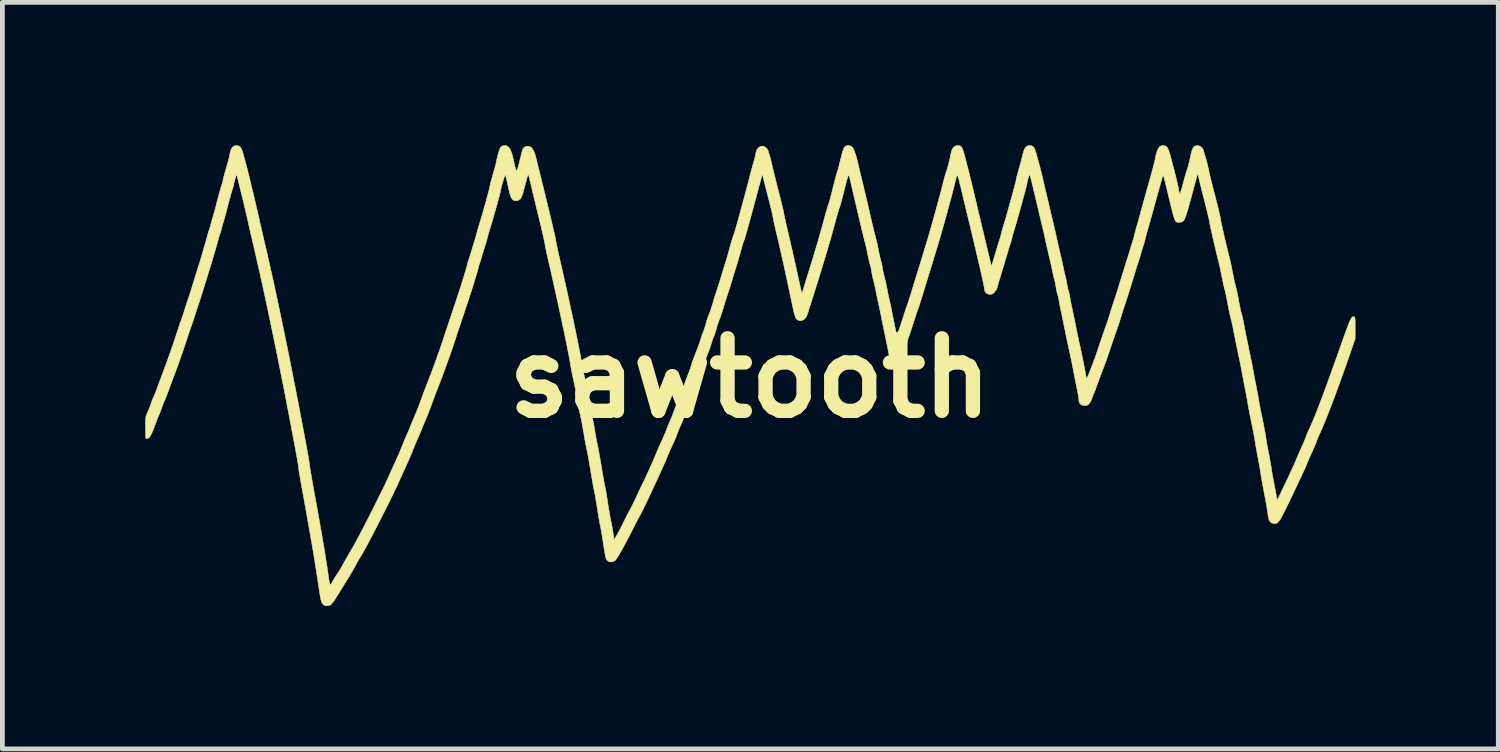
<source format=kicad_pcb>
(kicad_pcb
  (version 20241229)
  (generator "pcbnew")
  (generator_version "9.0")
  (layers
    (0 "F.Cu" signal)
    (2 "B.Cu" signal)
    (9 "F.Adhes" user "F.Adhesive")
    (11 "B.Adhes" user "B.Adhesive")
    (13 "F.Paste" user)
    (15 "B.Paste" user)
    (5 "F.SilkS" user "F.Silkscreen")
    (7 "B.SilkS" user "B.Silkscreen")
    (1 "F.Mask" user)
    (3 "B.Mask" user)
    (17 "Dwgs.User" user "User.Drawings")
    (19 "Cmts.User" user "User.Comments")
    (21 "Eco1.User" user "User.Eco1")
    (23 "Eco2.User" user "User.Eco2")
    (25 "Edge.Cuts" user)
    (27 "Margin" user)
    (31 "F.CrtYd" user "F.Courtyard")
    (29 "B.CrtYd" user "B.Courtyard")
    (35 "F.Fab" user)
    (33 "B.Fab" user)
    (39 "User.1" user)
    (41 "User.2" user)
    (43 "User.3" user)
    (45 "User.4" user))
  (footprint "sawtooth"
    (layer "F.Cu")
    (at 12.698 4.887)
    (property "Reference" "sawtooth" (at 0 0 0) (layer "F.SilkS") (effects (font (size 1.524 1.524) (thickness 0.3))))
    (attr through_hole)
    (fp_poly (pts (xy 9.449 -4.869) (xy 9.494 -4.832) (xy 9.523 -4.777) (xy 9.531 -4.747) (xy 9.541 -4.704) (xy 9.553 -4.668) (xy 9.556 -4.663) (xy 9.564 -4.638) (xy 9.578 -4.591) (xy 9.594 -4.529) (xy 9.611 -4.455) (xy 9.629 -4.378) (xy 9.645 -4.301) (xy 9.65 -4.281) (xy 9.656 -4.253) (xy 9.668 -4.201) (xy 9.686 -4.131) (xy 9.708 -4.044) (xy 9.733 -3.946) (xy 9.76 -3.841) (xy 9.769 -3.806) (xy 9.796 -3.7) (xy 9.821 -3.602) (xy 9.842 -3.515) (xy 9.859 -3.443) (xy 9.871 -3.39) (xy 9.877 -3.359) (xy 9.877 -3.354) (xy 9.88 -3.333) (xy 9.889 -3.288) (xy 9.902 -3.225) (xy 9.92 -3.147) (xy 9.939 -3.059) (xy 9.961 -2.964) (xy 9.983 -2.869) (xy 10.005 -2.776) (xy 10.026 -2.69) (xy 10.044 -2.615) (xy 10.059 -2.556) (xy 10.067 -2.526) (xy 10.077 -2.487) (xy 10.09 -2.428) (xy 10.106 -2.354) (xy 10.122 -2.272) (xy 10.131 -2.229) (xy 10.147 -2.147) (xy 10.163 -2.069) (xy 10.178 -2.003) (xy 10.19 -1.955) (xy 10.195 -1.939) (xy 10.204 -1.903) (xy 10.217 -1.846) (xy 10.233 -1.774) (xy 10.249 -1.692) (xy 10.259 -1.634) (xy 10.275 -1.551) (xy 10.291 -1.473) (xy 10.305 -1.406) (xy 10.317 -1.358) (xy 10.323 -1.337) (xy 10.333 -1.303) (xy 10.346 -1.247) (xy 10.361 -1.178) (xy 10.376 -1.1) (xy 10.381 -1.075) (xy 10.396 -0.993) (xy 10.416 -0.892) (xy 10.439 -0.782) (xy 10.462 -0.671) (xy 10.479 -0.587) (xy 10.499 -0.494) (xy 10.518 -0.403) (xy 10.535 -0.321) (xy 10.548 -0.253) (xy 10.556 -0.207) (xy 10.557 -0.205) (xy 10.565 -0.157) (xy 10.578 -0.088) (xy 10.593 -0.006) (xy 10.61 0.081) (xy 10.62 0.127) (xy 10.636 0.211) (xy 10.651 0.291) (xy 10.664 0.36) (xy 10.673 0.411) (xy 10.676 0.432) (xy 10.681 0.466) (xy 10.692 0.522) (xy 10.706 0.597) (xy 10.723 0.685) (xy 10.743 0.78) (xy 10.754 0.835) (xy 10.774 0.934) (xy 10.793 1.028) (xy 10.809 1.114) (xy 10.822 1.184) (xy 10.83 1.235) (xy 10.832 1.252) (xy 10.839 1.296) (xy 10.849 1.36) (xy 10.863 1.437) (xy 10.879 1.522) (xy 10.889 1.571) (xy 10.905 1.655) (xy 10.92 1.736) (xy 10.933 1.807) (xy 10.942 1.861) (xy 10.945 1.882) (xy 10.95 1.919) (xy 10.96 1.979) (xy 10.974 2.055) (xy 10.99 2.143) (xy 11.007 2.237) (xy 11.012 2.263) (xy 11.07 2.567) (xy 11.145 2.412) (xy 11.202 2.292) (xy 11.258 2.175) (xy 11.31 2.065) (xy 11.357 1.964) (xy 11.398 1.875) (xy 11.431 1.802) (xy 11.455 1.748) (xy 11.467 1.717) (xy 11.48 1.685) (xy 11.502 1.634) (xy 11.53 1.569) (xy 11.563 1.495) (xy 11.58 1.457) (xy 11.612 1.385) (xy 11.639 1.323) (xy 11.66 1.273) (xy 11.672 1.242) (xy 11.674 1.233) (xy 11.68 1.214) (xy 11.695 1.176) (xy 11.718 1.124) (xy 11.739 1.079) (xy 11.777 0.995) (xy 11.818 0.901) (xy 11.863 0.792) (xy 11.912 0.669) (xy 11.966 0.529) (xy 12.026 0.371) (xy 12.091 0.193) (xy 12.164 -0.007) (xy 12.244 -0.23) (xy 12.333 -0.478) (xy 12.346 -0.516) (xy 12.404 -0.679) (xy 12.453 -0.817) (xy 12.495 -0.933) (xy 12.529 -1.027) (xy 12.558 -1.104) (xy 12.581 -1.163) (xy 12.601 -1.208) (xy 12.617 -1.241) (xy 12.63 -1.263) (xy 12.643 -1.277) (xy 12.654 -1.284) (xy 12.666 -1.287) (xy 12.679 -1.288) (xy 12.681 -1.288) (xy 12.691 -1.286) (xy 12.698 -1.278) (xy 12.702 -1.26) (xy 12.705 -1.227) (xy 12.707 -1.176) (xy 12.707 -1.103) (xy 12.707 -1.056) (xy 12.707 -0.824) (xy 12.595 -0.5) (xy 12.51 -0.254) (xy 12.426 -0.019) (xy 12.345 0.203) (xy 12.269 0.411) (xy 12.196 0.602) (xy 12.129 0.775) (xy 12.068 0.927) (xy 12.014 1.055) (xy 11.967 1.159) (xy 11.965 1.164) (xy 11.939 1.222) (xy 11.917 1.271) (xy 11.904 1.306) (xy 11.901 1.318) (xy 11.895 1.336) (xy 11.879 1.376) (xy 11.856 1.431) (xy 11.827 1.497) (xy 11.807 1.541) (xy 11.773 1.616) (xy 11.742 1.686) (xy 11.717 1.746) (xy 11.699 1.788) (xy 11.694 1.802) (xy 11.682 1.832) (xy 11.66 1.882) (xy 11.63 1.948) (xy 11.595 2.023) (xy 11.56 2.099) (xy 11.475 2.278) (xy 11.401 2.434) (xy 11.338 2.567) (xy 11.283 2.679) (xy 11.237 2.773) (xy 11.198 2.85) (xy 11.165 2.912) (xy 11.138 2.96) (xy 11.114 2.995) (xy 11.094 3.021) (xy 11.077 3.038) (xy 11.06 3.049) (xy 11.044 3.054) (xy 11.027 3.056) (xy 11.009 3.056) (xy 10.958 3.047) (xy 10.919 3.017) (xy 10.893 2.965) (xy 10.878 2.888) (xy 10.876 2.87) (xy 10.87 2.826) (xy 10.86 2.759) (xy 10.846 2.676) (xy 10.829 2.582) (xy 10.81 2.483) (xy 10.802 2.441) (xy 10.783 2.341) (xy 10.765 2.244) (xy 10.749 2.155) (xy 10.736 2.08) (xy 10.727 2.025) (xy 10.725 2.009) (xy 10.717 1.959) (xy 10.705 1.889) (xy 10.691 1.805) (xy 10.674 1.715) (xy 10.663 1.656) (xy 10.646 1.569) (xy 10.631 1.486) (xy 10.618 1.413) (xy 10.609 1.357) (xy 10.605 1.33) (xy 10.6 1.294) (xy 10.589 1.235) (xy 10.575 1.159) (xy 10.558 1.07) (xy 10.538 0.974) (xy 10.527 0.92) (xy 10.507 0.822) (xy 10.489 0.729) (xy 10.473 0.647) (xy 10.46 0.58) (xy 10.452 0.532) (xy 10.449 0.516) (xy 10.443 0.478) (xy 10.433 0.419) (xy 10.419 0.345) (xy 10.403 0.263) (xy 10.393 0.212) (xy 10.376 0.126) (xy 10.36 0.04) (xy 10.345 -0.037) (xy 10.334 -0.097) (xy 10.33 -0.12) (xy 10.322 -0.165) (xy 10.309 -0.232) (xy 10.293 -0.314) (xy 10.274 -0.404) (xy 10.254 -0.498) (xy 10.253 -0.502) (xy 10.231 -0.606) (xy 10.208 -0.717) (xy 10.186 -0.826) (xy 10.167 -0.925) (xy 10.154 -0.991) (xy 10.139 -1.069) (xy 10.124 -1.141) (xy 10.11 -1.202) (xy 10.099 -1.244) (xy 10.097 -1.252) (xy 10.087 -1.285) (xy 10.075 -1.34) (xy 10.06 -1.41) (xy 10.044 -1.491) (xy 10.033 -1.549) (xy 10.017 -1.634) (xy 10.001 -1.713) (xy 9.987 -1.781) (xy 9.975 -1.832) (xy 9.969 -1.854) (xy 9.959 -1.89) (xy 9.945 -1.947) (xy 9.93 -2.019) (xy 9.913 -2.099) (xy 9.904 -2.144) (xy 9.888 -2.227) (xy 9.872 -2.305) (xy 9.857 -2.373) (xy 9.845 -2.424) (xy 9.841 -2.441) (xy 9.829 -2.486) (xy 9.812 -2.55) (xy 9.793 -2.629) (xy 9.772 -2.717) (xy 9.75 -2.812) (xy 9.728 -2.907) (xy 9.707 -3) (xy 9.688 -3.086) (xy 9.672 -3.16) (xy 9.659 -3.219) (xy 9.652 -3.257) (xy 9.651 -3.269) (xy 9.647 -3.291) (xy 9.637 -3.336) (xy 9.622 -3.402) (xy 9.602 -3.483) (xy 9.579 -3.578) (xy 9.553 -3.681) (xy 9.543 -3.721) (xy 9.515 -3.828) (xy 9.489 -3.929) (xy 9.467 -4.02) (xy 9.448 -4.097) (xy 9.434 -4.156) (xy 9.426 -4.193) (xy 9.425 -4.199) (xy 9.414 -4.246) (xy 9.404 -4.269) (xy 9.394 -4.266) (xy 9.39 -4.258) (xy 9.385 -4.24) (xy 9.374 -4.198) (xy 9.357 -4.135) (xy 9.335 -4.056) (xy 9.31 -3.963) (xy 9.282 -3.859) (xy 9.266 -3.799) (xy 9.229 -3.665) (xy 9.199 -3.555) (xy 9.172 -3.467) (xy 9.149 -3.399) (xy 9.129 -3.349) (xy 9.109 -3.313) (xy 9.089 -3.29) (xy 9.067 -3.277) (xy 9.043 -3.27) (xy 9.015 -3.269) (xy 8.995 -3.269) (xy 8.978 -3.269) (xy 8.962 -3.273) (xy 8.949 -3.281) (xy 8.935 -3.297) (xy 8.922 -3.322) (xy 8.908 -3.358) (xy 8.892 -3.407) (xy 8.874 -3.472) (xy 8.853 -3.554) (xy 8.828 -3.655) (xy 8.798 -3.779) (xy 8.763 -3.925) (xy 8.727 -4.078) (xy 8.71 -4.145) (xy 8.695 -4.2) (xy 8.682 -4.238) (xy 8.674 -4.255) (xy 8.672 -4.254) (xy 8.669 -4.246) (xy 8.663 -4.229) (xy 8.654 -4.202) (xy 8.643 -4.161) (xy 8.627 -4.106) (xy 8.607 -4.034) (xy 8.582 -3.944) (xy 8.551 -3.833) (xy 8.514 -3.699) (xy 8.47 -3.541) (xy 8.454 -3.481) (xy 8.428 -3.388) (xy 8.403 -3.298) (xy 8.38 -3.217) (xy 8.361 -3.15) (xy 8.348 -3.104) (xy 8.346 -3.099) (xy 8.328 -3.034) (xy 8.309 -2.963) (xy 8.299 -2.921) (xy 8.286 -2.869) (xy 8.274 -2.823) (xy 8.266 -2.8) (xy 8.255 -2.768) (xy 8.24 -2.721) (xy 8.229 -2.682) (xy 8.198 -2.578) (xy 8.174 -2.497) (xy 8.154 -2.437) (xy 8.144 -2.406) (xy 8.13 -2.364) (xy 8.113 -2.31) (xy 8.101 -2.271) (xy 8.085 -2.216) (xy 8.064 -2.147) (xy 8.042 -2.078) (xy 8.038 -2.066) (xy 8.017 -1.998) (xy 7.995 -1.928) (xy 7.978 -1.87) (xy 7.975 -1.861) (xy 7.962 -1.817) (xy 7.942 -1.753) (xy 7.917 -1.678) (xy 7.891 -1.597) (xy 7.88 -1.564) (xy 7.853 -1.482) (xy 7.826 -1.4) (xy 7.803 -1.328) (xy 7.786 -1.271) (xy 7.781 -1.255) (xy 7.765 -1.2) (xy 7.742 -1.129) (xy 7.716 -1.053) (xy 7.7 -1.007) (xy 7.666 -0.912) (xy 7.63 -0.808) (xy 7.589 -0.688) (xy 7.542 -0.55) (xy 7.507 -0.446) (xy 7.489 -0.393) (xy 7.463 -0.322) (xy 7.432 -0.239) (xy 7.399 -0.152) (xy 7.379 -0.099) (xy 7.349 -0.019) (xy 7.32 0.057) (xy 7.297 0.121) (xy 7.279 0.169) (xy 7.272 0.191) (xy 7.257 0.235) (xy 7.235 0.291) (xy 7.217 0.333) (xy 7.195 0.383) (xy 7.178 0.429) (xy 7.169 0.455) (xy 7.154 0.491) (xy 7.128 0.531) (xy 7.123 0.537) (xy 7.093 0.566) (xy 7.059 0.578) (xy 7.027 0.58) (xy 6.968 0.569) (xy 6.927 0.538) (xy 6.907 0.489) (xy 6.906 0.466) (xy 6.903 0.428) (xy 6.895 0.374) (xy 6.884 0.315) (xy 6.884 0.311) (xy 6.866 0.224) (xy 6.846 0.128) (xy 6.824 0.017) (xy 6.799 -0.113) (xy 6.777 -0.227) (xy 6.758 -0.318) (xy 6.743 -0.395) (xy 6.729 -0.463) (xy 6.715 -0.528) (xy 6.7 -0.594) (xy 6.683 -0.672) (xy 6.665 -0.754) (xy 6.65 -0.828) (xy 6.644 -0.856) (xy 6.629 -0.929) (xy 6.613 -1.009) (xy 6.599 -1.075) (xy 6.585 -1.144) (xy 6.57 -1.218) (xy 6.559 -1.274) (xy 6.545 -1.339) (xy 6.529 -1.413) (xy 6.518 -1.465) (xy 6.505 -1.527) (xy 6.494 -1.591) (xy 6.487 -1.634) (xy 6.477 -1.688) (xy 6.464 -1.739) (xy 6.459 -1.755) (xy 6.447 -1.794) (xy 6.435 -1.849) (xy 6.425 -1.909) (xy 6.424 -1.91) (xy 6.414 -1.969) (xy 6.404 -2.021) (xy 6.394 -2.058) (xy 6.394 -2.059) (xy 6.384 -2.092) (xy 6.372 -2.144) (xy 6.359 -2.205) (xy 6.354 -2.229) (xy 6.339 -2.3) (xy 6.323 -2.374) (xy 6.309 -2.437) (xy 6.307 -2.448) (xy 6.282 -2.549) (xy 6.264 -2.628) (xy 6.249 -2.69) (xy 6.237 -2.742) (xy 6.227 -2.788) (xy 6.217 -2.835) (xy 6.212 -2.858) (xy 6.197 -2.93) (xy 6.18 -3.007) (xy 6.164 -3.073) (xy 6.163 -3.078) (xy 6.151 -3.129) (xy 6.133 -3.203) (xy 6.111 -3.296) (xy 6.086 -3.401) (xy 6.059 -3.516) (xy 6.031 -3.634) (xy 6.003 -3.751) (xy 5.976 -3.863) (xy 5.952 -3.965) (xy 5.932 -4.052) (xy 5.925 -4.079) (xy 5.908 -4.148) (xy 5.893 -4.207) (xy 5.881 -4.25) (xy 5.874 -4.271) (xy 5.872 -4.273) (xy 5.865 -4.261) (xy 5.853 -4.23) (xy 5.84 -4.187) (xy 5.828 -4.143) (xy 5.819 -4.105) (xy 5.816 -4.082) (xy 5.812 -4.062) (xy 5.802 -4.018) (xy 5.785 -3.955) (xy 5.764 -3.875) (xy 5.739 -3.784) (xy 5.712 -3.683) (xy 5.683 -3.578) (xy 5.653 -3.472) (xy 5.623 -3.368) (xy 5.596 -3.27) (xy 5.57 -3.183) (xy 5.548 -3.109) (xy 5.531 -3.052) (xy 5.525 -3.035) (xy 5.511 -2.985) (xy 5.499 -2.935) (xy 5.498 -2.929) (xy 5.486 -2.88) (xy 5.47 -2.83) (xy 5.47 -2.83) (xy 5.455 -2.787) (xy 5.438 -2.733) (xy 5.429 -2.703) (xy 5.392 -2.576) (xy 5.354 -2.449) (xy 5.312 -2.31) (xy 5.302 -2.278) (xy 5.272 -2.178) (xy 5.243 -2.08) (xy 5.217 -1.993) (xy 5.196 -1.921) (xy 5.186 -1.885) (xy 5.171 -1.854) (xy 5.144 -1.816) (xy 5.134 -1.803) (xy 5.1 -1.771) (xy 5.066 -1.757) (xy 5.039 -1.755) (xy 4.989 -1.765) (xy 4.949 -1.793) (xy 4.927 -1.832) (xy 4.924 -1.85) (xy 4.921 -1.879) (xy 4.912 -1.932) (xy 4.896 -2.011) (xy 4.873 -2.116) (xy 4.844 -2.246) (xy 4.808 -2.402) (xy 4.765 -2.584) (xy 4.716 -2.793) (xy 4.66 -3.029) (xy 4.597 -3.292) (xy 4.584 -3.347) (xy 4.554 -3.469) (xy 4.524 -3.594) (xy 4.495 -3.714) (xy 4.469 -3.826) (xy 4.445 -3.923) (xy 4.427 -4.001) (xy 4.421 -4.026) (xy 4.402 -4.1) (xy 4.386 -4.165) (xy 4.371 -4.214) (xy 4.361 -4.244) (xy 4.358 -4.25) (xy 4.353 -4.254) (xy 4.348 -4.251) (xy 4.342 -4.238) (xy 4.334 -4.213) (xy 4.322 -4.171) (xy 4.306 -4.108) (xy 4.285 -4.023) (xy 4.28 -4.005) (xy 4.258 -3.918) (xy 4.23 -3.811) (xy 4.197 -3.689) (xy 4.161 -3.557) (xy 4.124 -3.42) (xy 4.086 -3.284) (xy 4.049 -3.152) (xy 4.015 -3.032) (xy 3.984 -2.927) (xy 3.959 -2.842) (xy 3.954 -2.823) (xy 3.927 -2.735) (xy 3.899 -2.643) (xy 3.872 -2.556) (xy 3.851 -2.484) (xy 3.846 -2.469) (xy 3.824 -2.394) (xy 3.799 -2.314) (xy 3.777 -2.242) (xy 3.769 -2.218) (xy 3.745 -2.14) (xy 3.719 -2.055) (xy 3.689 -1.959) (xy 3.654 -1.845) (xy 3.616 -1.719) (xy 3.593 -1.646) (xy 3.571 -1.576) (xy 3.552 -1.516) (xy 3.539 -1.479) (xy 3.51 -1.398) (xy 3.476 -1.297) (xy 3.438 -1.18) (xy 3.425 -1.139) (xy 3.409 -1.09) (xy 3.386 -1.02) (xy 3.356 -0.932) (xy 3.322 -0.833) (xy 3.285 -0.725) (xy 3.246 -0.616) (xy 3.215 -0.526) (xy 3.18 -0.44) (xy 3.143 -0.379) (xy 3.102 -0.342) (xy 3.057 -0.326) (xy 3.042 -0.325) (xy 2.993 -0.336) (xy 2.953 -0.364) (xy 2.931 -0.403) (xy 2.929 -0.421) (xy 2.926 -0.442) (xy 2.918 -0.487) (xy 2.906 -0.552) (xy 2.89 -0.634) (xy 2.871 -0.728) (xy 2.85 -0.83) (xy 2.846 -0.852) (xy 2.823 -0.961) (xy 2.801 -1.067) (xy 2.781 -1.165) (xy 2.763 -1.251) (xy 2.75 -1.319) (xy 2.741 -1.364) (xy 2.74 -1.366) (xy 2.726 -1.437) (xy 2.709 -1.514) (xy 2.695 -1.578) (xy 2.679 -1.648) (xy 2.663 -1.725) (xy 2.653 -1.776) (xy 2.635 -1.871) (xy 2.613 -1.968) (xy 2.585 -2.078) (xy 2.582 -2.087) (xy 2.569 -2.146) (xy 2.557 -2.211) (xy 2.554 -2.236) (xy 2.546 -2.286) (xy 2.536 -2.329) (xy 2.531 -2.346) (xy 2.521 -2.38) (xy 2.507 -2.434) (xy 2.492 -2.501) (xy 2.476 -2.573) (xy 2.462 -2.645) (xy 2.461 -2.653) (xy 2.453 -2.691) (xy 2.444 -2.732) (xy 2.432 -2.783) (xy 2.415 -2.848) (xy 2.393 -2.934) (xy 2.384 -2.968) (xy 2.376 -2.999) (xy 2.363 -3.054) (xy 2.345 -3.128) (xy 2.324 -3.218) (xy 2.299 -3.32) (xy 2.274 -3.43) (xy 2.247 -3.545) (xy 2.22 -3.659) (xy 2.194 -3.769) (xy 2.17 -3.872) (xy 2.149 -3.964) (xy 2.132 -4.04) (xy 2.128 -4.054) (xy 2.11 -4.135) (xy 2.096 -4.192) (xy 2.085 -4.228) (xy 2.077 -4.247) (xy 2.07 -4.252) (xy 2.064 -4.249) (xy 2.057 -4.232) (xy 2.044 -4.191) (xy 2.028 -4.131) (xy 2.007 -4.056) (xy 1.985 -3.97) (xy 1.973 -3.92) (xy 1.95 -3.828) (xy 1.927 -3.742) (xy 1.908 -3.669) (xy 1.891 -3.612) (xy 1.88 -3.576) (xy 1.876 -3.568) (xy 1.866 -3.541) (xy 1.851 -3.493) (xy 1.832 -3.429) (xy 1.812 -3.357) (xy 1.805 -3.332) (xy 1.716 -3.004) (xy 1.613 -2.65) (xy 1.499 -2.272) (xy 1.437 -2.073) (xy 1.41 -1.987) (xy 1.383 -1.903) (xy 1.36 -1.828) (xy 1.342 -1.769) (xy 1.333 -1.741) (xy 1.313 -1.678) (xy 1.29 -1.606) (xy 1.269 -1.542) (xy 1.248 -1.48) (xy 1.229 -1.417) (xy 1.216 -1.368) (xy 1.215 -1.367) (xy 1.188 -1.295) (xy 1.149 -1.241) (xy 1.101 -1.21) (xy 1.062 -1.203) (xy 1.018 -1.209) (xy 0.983 -1.231) (xy 0.956 -1.271) (xy 0.934 -1.334) (xy 0.919 -1.396) (xy 0.91 -1.439) (xy 0.895 -1.505) (xy 0.877 -1.591) (xy 0.855 -1.692) (xy 0.831 -1.806) (xy 0.805 -1.927) (xy 0.779 -2.052) (xy 0.778 -2.058) (xy 0.747 -2.198) (xy 0.715 -2.348) (xy 0.681 -2.5) (xy 0.647 -2.649) (xy 0.616 -2.787) (xy 0.588 -2.909) (xy 0.572 -2.974) (xy 0.548 -3.075) (xy 0.527 -3.168) (xy 0.508 -3.25) (xy 0.494 -3.315) (xy 0.485 -3.362) (xy 0.481 -3.384) (xy 0.481 -3.385) (xy 0.478 -3.406) (xy 0.468 -3.451) (xy 0.453 -3.516) (xy 0.433 -3.595) (xy 0.41 -3.687) (xy 0.387 -3.777) (xy 0.361 -3.878) (xy 0.336 -3.974) (xy 0.314 -4.06) (xy 0.296 -4.131) (xy 0.282 -4.184) (xy 0.276 -4.21) (xy 0.259 -4.281) (xy 0.242 -4.217) (xy 0.234 -4.188) (xy 0.22 -4.136) (xy 0.2 -4.064) (xy 0.176 -3.975) (xy 0.149 -3.874) (xy 0.12 -3.764) (xy 0.097 -3.679) (xy 0.052 -3.512) (xy 0.014 -3.371) (xy -0.019 -3.252) (xy -0.046 -3.154) (xy -0.068 -3.074) (xy -0.086 -3.011) (xy -0.101 -2.961) (xy -0.113 -2.923) (xy -0.123 -2.895) (xy -0.131 -2.873) (xy -0.132 -2.873) (xy -0.144 -2.839) (xy -0.16 -2.786) (xy -0.179 -2.721) (xy -0.198 -2.653) (xy -0.221 -2.568) (xy -0.248 -2.474) (xy -0.274 -2.385) (xy -0.29 -2.335) (xy -0.315 -2.257) (xy -0.34 -2.174) (xy -0.364 -2.097) (xy -0.373 -2.066) (xy -0.394 -1.996) (xy -0.416 -1.923) (xy -0.436 -1.861) (xy -0.438 -1.854) (xy -0.46 -1.789) (xy -0.483 -1.719) (xy -0.496 -1.677) (xy -0.513 -1.625) (xy -0.534 -1.557) (xy -0.556 -1.484) (xy -0.566 -1.45) (xy -0.587 -1.383) (xy -0.609 -1.318) (xy -0.628 -1.265) (xy -0.636 -1.245) (xy -0.653 -1.203) (xy -0.673 -1.143) (xy -0.694 -1.076) (xy -0.702 -1.047) (xy -0.72 -0.984) (xy -0.739 -0.927) (xy -0.754 -0.885) (xy -0.76 -0.872) (xy -0.775 -0.837) (xy -0.793 -0.786) (xy -0.808 -0.734) (xy -0.824 -0.683) (xy -0.847 -0.615) (xy -0.876 -0.538) (xy -0.906 -0.461) (xy -0.907 -0.457) (xy -0.936 -0.383) (xy -0.963 -0.31) (xy -0.985 -0.248) (xy -0.999 -0.203) (xy -1 -0.199) (xy -1.015 -0.153) (xy -1.036 -0.09) (xy -1.062 -0.021) (xy -1.078 0.02) (xy -1.106 0.092) (xy -1.134 0.167) (xy -1.158 0.234) (xy -1.167 0.262) (xy -1.186 0.315) (xy -1.213 0.384) (xy -1.244 0.461) (xy -1.273 0.531) (xy -1.304 0.604) (xy -1.333 0.678) (xy -1.358 0.743) (xy -1.374 0.788) (xy -1.393 0.844) (xy -1.42 0.912) (xy -1.449 0.98) (xy -1.456 0.994) (xy -1.484 1.058) (xy -1.511 1.123) (xy -1.531 1.178) (xy -1.535 1.189) (xy -1.551 1.233) (xy -1.577 1.294) (xy -1.607 1.364) (xy -1.638 1.429) (xy -1.67 1.499) (xy -1.701 1.567) (xy -1.725 1.624) (xy -1.741 1.663) (xy -1.756 1.702) (xy -1.781 1.761) (xy -1.815 1.836) (xy -1.855 1.926) (xy -1.9 2.025) (xy -1.949 2.132) (xy -2 2.242) (xy -2.051 2.353) (xy -2.102 2.462) (xy -2.151 2.565) (xy -2.196 2.658) (xy -2.235 2.74) (xy -2.268 2.806) (xy -2.292 2.854) (xy -2.306 2.879) (xy -2.308 2.882) (xy -2.319 2.9) (xy -2.341 2.939) (xy -2.37 2.995) (xy -2.406 3.064) (xy -2.445 3.142) (xy -2.45 3.152) (xy -2.519 3.288) (xy -2.585 3.414) (xy -2.646 3.528) (xy -2.701 3.628) (xy -2.749 3.71) (xy -2.788 3.773) (xy -2.817 3.814) (xy -2.824 3.822) (xy -2.872 3.855) (xy -2.925 3.864) (xy -2.974 3.849) (xy -2.999 3.828) (xy -3.011 3.814) (xy -3.021 3.793) (xy -3.03 3.762) (xy -3.04 3.718) (xy -3.051 3.657) (xy -3.065 3.574) (xy -3.079 3.482) (xy -3.093 3.388) (xy -3.107 3.3) (xy -3.12 3.224) (xy -3.131 3.164) (xy -3.139 3.125) (xy -3.141 3.117) (xy -3.147 3.087) (xy -3.157 3.035) (xy -3.17 2.964) (xy -3.184 2.88) (xy -3.199 2.787) (xy -3.205 2.746) (xy -3.22 2.651) (xy -3.235 2.563) (xy -3.248 2.486) (xy -3.259 2.426) (xy -3.267 2.387) (xy -3.269 2.378) (xy -3.275 2.351) (xy -3.285 2.3) (xy -3.298 2.23) (xy -3.313 2.144) (xy -3.329 2.048) (xy -3.346 1.946) (xy -3.364 1.842) (xy -3.38 1.746) (xy -3.395 1.661) (xy -3.408 1.591) (xy -3.418 1.541) (xy -3.424 1.514) (xy -3.431 1.485) (xy -3.441 1.434) (xy -3.455 1.364) (xy -3.47 1.282) (xy -3.485 1.192) (xy -3.488 1.174) (xy -3.504 1.084) (xy -3.519 1) (xy -3.532 0.927) (xy -3.543 0.871) (xy -3.551 0.837) (xy -3.552 0.833) (xy -3.558 0.804) (xy -3.569 0.753) (xy -3.583 0.683) (xy -3.598 0.599) (xy -3.615 0.508) (xy -3.622 0.472) (xy -3.64 0.37) (xy -3.66 0.267) (xy -3.679 0.168) (xy -3.697 0.083) (xy -3.711 0.017) (xy -3.713 0.008) (xy -3.73 -0.069) (xy -3.746 -0.149) (xy -3.759 -0.22) (xy -3.764 -0.254) (xy -3.775 -0.321) (xy -3.792 -0.413) (xy -3.814 -0.527) (xy -3.841 -0.661) (xy -3.871 -0.812) (xy -3.905 -0.977) (xy -3.943 -1.153) (xy -3.982 -1.337) (xy -4.023 -1.528) (xy -4.066 -1.722) (xy -4.109 -1.916) (xy -4.152 -2.109) (xy -4.194 -2.296) (xy -4.236 -2.476) (xy -4.247 -2.526) (xy -4.265 -2.604) (xy -4.282 -2.682) (xy -4.295 -2.75) (xy -4.303 -2.8) (xy -4.303 -2.801) (xy -4.31 -2.835) (xy -4.322 -2.892) (xy -4.339 -2.97) (xy -4.361 -3.065) (xy -4.386 -3.173) (xy -4.414 -3.29) (xy -4.444 -3.414) (xy -4.45 -3.437) (xy -4.481 -3.564) (xy -4.511 -3.688) (xy -4.539 -3.805) (xy -4.565 -3.911) (xy -4.586 -4.003) (xy -4.603 -4.075) (xy -4.615 -4.125) (xy -4.616 -4.128) (xy -4.63 -4.188) (xy -4.643 -4.236) (xy -4.652 -4.266) (xy -4.656 -4.273) (xy -4.663 -4.261) (xy -4.675 -4.226) (xy -4.69 -4.175) (xy -4.702 -4.128) (xy -4.722 -4.055) (xy -4.742 -3.979) (xy -4.759 -3.914) (xy -4.766 -3.888) (xy -4.793 -3.811) (xy -4.825 -3.759) (xy -4.865 -3.73) (xy -4.911 -3.722) (xy -4.946 -3.725) (xy -4.975 -3.737) (xy -4.999 -3.762) (xy -5.02 -3.802) (xy -5.04 -3.86) (xy -5.06 -3.941) (xy -5.079 -4.027) (xy -5.096 -4.103) (xy -5.111 -4.17) (xy -5.124 -4.222) (xy -5.133 -4.255) (xy -5.137 -4.263) (xy -5.144 -4.255) (xy -5.156 -4.225) (xy -5.171 -4.18) (xy -5.188 -4.126) (xy -5.205 -4.069) (xy -5.22 -4.016) (xy -5.231 -3.971) (xy -5.235 -3.941) (xy -5.236 -3.938) (xy -5.239 -3.918) (xy -5.25 -3.874) (xy -5.266 -3.812) (xy -5.287 -3.734) (xy -5.311 -3.646) (xy -5.338 -3.551) (xy -5.366 -3.453) (xy -5.393 -3.357) (xy -5.42 -3.266) (xy -5.444 -3.185) (xy -5.462 -3.127) (xy -5.481 -3.065) (xy -5.498 -3.008) (xy -5.509 -2.965) (xy -5.513 -2.95) (xy -5.521 -2.918) (xy -5.535 -2.867) (xy -5.553 -2.808) (xy -5.562 -2.781) (xy -5.584 -2.708) (xy -5.608 -2.629) (xy -5.629 -2.56) (xy -5.632 -2.547) (xy -5.649 -2.491) (xy -5.665 -2.441) (xy -5.676 -2.408) (xy -5.677 -2.406) (xy -5.689 -2.372) (xy -5.703 -2.323) (xy -5.71 -2.292) (xy -5.723 -2.24) (xy -5.737 -2.192) (xy -5.743 -2.172) (xy -5.754 -2.139) (xy -5.77 -2.089) (xy -5.788 -2.028) (xy -5.795 -2.002) (xy -5.808 -1.96) (xy -5.829 -1.895) (xy -5.856 -1.81) (xy -5.889 -1.711) (xy -5.925 -1.599) (xy -5.965 -1.481) (xy -6.005 -1.358) (xy -6.01 -1.344) (xy -6.051 -1.223) (xy -6.09 -1.105) (xy -6.126 -0.996) (xy -6.159 -0.898) (xy -6.186 -0.816) (xy -6.207 -0.752) (xy -6.221 -0.711) (xy -6.222 -0.708) (xy -6.245 -0.638) (xy -6.271 -0.562) (xy -6.292 -0.502) (xy -6.315 -0.438) (xy -6.342 -0.363) (xy -6.367 -0.292) (xy -6.368 -0.29) (xy -6.399 -0.203) (xy -6.439 -0.096) (xy -6.484 0.024) (xy -6.533 0.152) (xy -6.576 0.262) (xy -6.602 0.329) (xy -6.632 0.411) (xy -6.664 0.497) (xy -6.687 0.559) (xy -6.716 0.639) (xy -6.748 0.722) (xy -6.779 0.8) (xy -6.8 0.849) (xy -6.831 0.923) (xy -6.866 1.006) (xy -6.897 1.081) (xy -6.9 1.09) (xy -6.926 1.153) (xy -6.952 1.214) (xy -6.974 1.263) (xy -6.978 1.274) (xy -6.995 1.312) (xy -7.02 1.369) (xy -7.047 1.437) (xy -7.076 1.507) (xy -7.107 1.585) (xy -7.146 1.677) (xy -7.189 1.774) (xy -7.23 1.865) (xy -7.237 1.882) (xy -7.274 1.962) (xy -7.312 2.044) (xy -7.345 2.118) (xy -7.372 2.177) (xy -7.379 2.193) (xy -7.411 2.265) (xy -7.453 2.353) (xy -7.502 2.455) (xy -7.558 2.569) (xy -7.619 2.691) (xy -7.683 2.819) (xy -7.749 2.949) (xy -7.815 3.078) (xy -7.88 3.204) (xy -7.942 3.324) (xy -8 3.435) (xy -8.053 3.534) (xy -8.099 3.617) (xy -8.136 3.683) (xy -8.162 3.728) (xy -8.173 3.743) (xy -8.197 3.78) (xy -8.225 3.829) (xy -8.243 3.863) (xy -8.273 3.92) (xy -8.315 3.995) (xy -8.366 4.084) (xy -8.424 4.18) (xy -8.484 4.278) (xy -8.523 4.34) (xy -8.565 4.408) (xy -8.614 4.486) (xy -8.66 4.561) (xy -8.673 4.581) (xy -8.72 4.657) (xy -8.758 4.711) (xy -8.79 4.748) (xy -8.818 4.77) (xy -8.848 4.78) (xy -8.881 4.783) (xy -8.926 4.778) (xy -8.957 4.761) (xy -8.974 4.743) (xy -8.986 4.726) (xy -8.996 4.703) (xy -9.006 4.67) (xy -9.017 4.623) (xy -9.028 4.558) (xy -9.042 4.471) (xy -9.053 4.4) (xy -9.069 4.295) (xy -9.086 4.185) (xy -9.102 4.078) (xy -9.117 3.983) (xy -9.129 3.907) (xy -9.129 3.906) (xy -9.142 3.821) (xy -9.16 3.713) (xy -9.182 3.582) (xy -9.208 3.433) (xy -9.237 3.268) (xy -9.268 3.091) (xy -9.301 2.904) (xy -9.335 2.711) (xy -9.371 2.515) (xy -9.396 2.375) (xy -9.417 2.262) (xy -9.435 2.158) (xy -9.451 2.064) (xy -9.465 1.985) (xy -9.474 1.925) (xy -9.48 1.886) (xy -9.481 1.875) (xy -9.482 1.86) (xy -9.485 1.834) (xy -9.491 1.795) (xy -9.5 1.742) (xy -9.512 1.673) (xy -9.528 1.587) (xy -9.547 1.482) (xy -9.571 1.356) (xy -9.599 1.207) (xy -9.631 1.034) (xy -9.669 0.836) (xy -9.68 0.778) (xy -9.752 0.402) (xy -9.827 0.021) (xy -9.903 -0.36) (xy -9.98 -0.738) (xy -10.057 -1.11) (xy -10.133 -1.472) (xy -10.208 -1.821) (xy -10.281 -2.154) (xy -10.352 -2.467) (xy -10.418 -2.757) (xy -10.444 -2.865) (xy -10.467 -2.963) (xy -10.49 -3.062) (xy -10.511 -3.154) (xy -10.529 -3.233) (xy -10.541 -3.292) (xy -10.543 -3.297) (xy -10.553 -3.346) (xy -10.57 -3.417) (xy -10.591 -3.506) (xy -10.615 -3.608) (xy -10.641 -3.717) (xy -10.669 -3.83) (xy -10.675 -3.854) (xy -10.779 -4.277) (xy -10.809 -4.188) (xy -10.825 -4.136) (xy -10.836 -4.092) (xy -10.839 -4.066) (xy -10.845 -4.031) (xy -10.859 -3.99) (xy -10.86 -3.987) (xy -10.87 -3.96) (xy -10.885 -3.91) (xy -10.904 -3.842) (xy -10.926 -3.761) (xy -10.95 -3.672) (xy -10.959 -3.637) (xy -10.983 -3.545) (xy -11.005 -3.461) (xy -11.025 -3.389) (xy -11.04 -3.332) (xy -11.051 -3.297) (xy -11.053 -3.29) (xy -11.064 -3.255) (xy -11.079 -3.203) (xy -11.093 -3.147) (xy -11.106 -3.096) (xy -11.118 -3.055) (xy -11.127 -3.032) (xy -11.127 -3.032) (xy -11.135 -3.011) (xy -11.148 -2.971) (xy -11.163 -2.918) (xy -11.17 -2.891) (xy -11.191 -2.815) (xy -11.215 -2.729) (xy -11.238 -2.649) (xy -11.241 -2.639) (xy -11.262 -2.569) (xy -11.284 -2.496) (xy -11.302 -2.433) (xy -11.306 -2.42) (xy -11.324 -2.36) (xy -11.342 -2.301) (xy -11.354 -2.264) (xy -11.365 -2.23) (xy -11.382 -2.175) (xy -11.404 -2.104) (xy -11.429 -2.022) (xy -11.455 -1.939) (xy -11.483 -1.847) (xy -11.512 -1.755) (xy -11.539 -1.67) (xy -11.562 -1.6) (xy -11.577 -1.557) (xy -11.602 -1.482) (xy -11.629 -1.399) (xy -11.653 -1.324) (xy -11.655 -1.318) (xy -11.675 -1.253) (xy -11.696 -1.188) (xy -11.715 -1.135) (xy -11.718 -1.128) (xy -11.732 -1.09) (xy -11.752 -1.032) (xy -11.777 -0.959) (xy -11.804 -0.878) (xy -11.822 -0.822) (xy -11.909 -0.56) (xy -12.007 -0.281) (xy -12.106 -0.014) (xy -12.137 0.067) (xy -12.169 0.154) (xy -12.199 0.235) (xy -12.22 0.293) (xy -12.244 0.356) (xy -12.267 0.416) (xy -12.287 0.462) (xy -12.294 0.477) (xy -12.312 0.518) (xy -12.334 0.575) (xy -12.353 0.63) (xy -12.374 0.688) (xy -12.395 0.744) (xy -12.413 0.783) (xy -12.428 0.818) (xy -12.45 0.872) (xy -12.475 0.937) (xy -12.495 0.992) (xy -12.532 1.091) (xy -12.564 1.165) (xy -12.592 1.218) (xy -12.618 1.252) (xy -12.644 1.269) (xy -12.667 1.274) (xy -12.677 1.272) (xy -12.684 1.263) (xy -12.688 1.245) (xy -12.691 1.211) (xy -12.692 1.16) (xy -12.693 1.086) (xy -12.693 1.044) (xy -12.693 0.957) (xy -12.692 0.894) (xy -12.689 0.847) (xy -12.684 0.812) (xy -12.676 0.783) (xy -12.664 0.753) (xy -12.653 0.729) (xy -12.626 0.668) (xy -12.599 0.598) (xy -12.58 0.545) (xy -12.56 0.486) (xy -12.538 0.431) (xy -12.52 0.392) (xy -12.503 0.354) (xy -12.481 0.299) (xy -12.457 0.236) (xy -12.446 0.208) (xy -12.422 0.141) (xy -12.392 0.059) (xy -12.359 -0.027) (xy -12.333 -0.099) (xy -12.223 -0.397) (xy -12.125 -0.674) (xy -12.048 -0.907) (xy -12.021 -0.99) (xy -11.995 -1.069) (xy -11.972 -1.138) (xy -11.953 -1.19) (xy -11.944 -1.213) (xy -11.927 -1.262) (xy -11.905 -1.326) (xy -11.884 -1.392) (xy -11.881 -1.403) (xy -11.858 -1.477) (xy -11.831 -1.56) (xy -11.805 -1.635) (xy -11.803 -1.641) (xy -11.785 -1.695) (xy -11.761 -1.768) (xy -11.733 -1.855) (xy -11.705 -1.947) (xy -11.681 -2.024) (xy -11.655 -2.11) (xy -11.63 -2.191) (xy -11.608 -2.262) (xy -11.591 -2.317) (xy -11.58 -2.349) (xy -11.565 -2.398) (xy -11.546 -2.459) (xy -11.532 -2.505) (xy -11.515 -2.563) (xy -11.494 -2.634) (xy -11.473 -2.707) (xy -11.468 -2.724) (xy -11.445 -2.801) (xy -11.421 -2.887) (xy -11.399 -2.966) (xy -11.397 -2.976) (xy -11.381 -3.033) (xy -11.367 -3.08) (xy -11.356 -3.11) (xy -11.354 -3.116) (xy -11.346 -3.137) (xy -11.334 -3.177) (xy -11.32 -3.228) (xy -11.319 -3.232) (xy -11.305 -3.289) (xy -11.29 -3.34) (xy -11.279 -3.375) (xy -11.271 -3.401) (xy -11.258 -3.45) (xy -11.239 -3.516) (xy -11.218 -3.597) (xy -11.195 -3.686) (xy -11.186 -3.722) (xy -11.162 -3.813) (xy -11.139 -3.898) (xy -11.118 -3.971) (xy -11.101 -4.029) (xy -11.089 -4.065) (xy -11.087 -4.072) (xy -11.072 -4.112) (xy -11.066 -4.145) (xy -11.066 -4.147) (xy -11.062 -4.173) (xy -11.05 -4.221) (xy -11.033 -4.287) (xy -11.01 -4.368) (xy -10.984 -4.457) (xy -10.959 -4.542) (xy -10.946 -4.591) (xy -10.932 -4.653) (xy -10.923 -4.702) (xy -10.903 -4.784) (xy -10.873 -4.84) (xy -10.832 -4.872) (xy -10.784 -4.882) (xy -10.741 -4.875) (xy -10.707 -4.854) (xy -10.679 -4.813) (xy -10.655 -4.75) (xy -10.642 -4.705) (xy -10.623 -4.636) (xy -10.603 -4.563) (xy -10.586 -4.501) (xy -10.586 -4.5) (xy -10.574 -4.457) (xy -10.557 -4.391) (xy -10.536 -4.306) (xy -10.511 -4.207) (xy -10.485 -4.097) (xy -10.457 -3.981) (xy -10.428 -3.863) (xy -10.401 -3.748) (xy -10.375 -3.64) (xy -10.353 -3.543) (xy -10.334 -3.461) (xy -10.32 -3.399) (xy -10.316 -3.382) (xy -10.304 -3.326) (xy -10.287 -3.249) (xy -10.266 -3.159) (xy -10.243 -3.061) (xy -10.22 -2.962) (xy -10.218 -2.95) (xy -10.152 -2.671) (xy -10.083 -2.367) (xy -10.011 -2.042) (xy -9.937 -1.699) (xy -9.861 -1.341) (xy -9.784 -0.973) (xy -9.707 -0.597) (xy -9.631 -0.216) (xy -9.556 0.165) (xy -9.482 0.543) (xy -9.454 0.693) (xy -9.415 0.899) (xy -9.381 1.078) (xy -9.351 1.233) (xy -9.327 1.365) (xy -9.306 1.476) (xy -9.29 1.567) (xy -9.277 1.64) (xy -9.267 1.697) (xy -9.26 1.74) (xy -9.256 1.769) (xy -9.254 1.787) (xy -9.254 1.79) (xy -9.252 1.812) (xy -9.245 1.859) (xy -9.234 1.927) (xy -9.219 2.012) (xy -9.202 2.11) (xy -9.183 2.218) (xy -9.17 2.29) (xy -9.119 2.572) (xy -9.072 2.829) (xy -9.031 3.062) (xy -8.994 3.274) (xy -8.961 3.465) (xy -8.932 3.639) (xy -8.907 3.798) (xy -8.884 3.942) (xy -8.864 4.075) (xy -8.849 4.185) (xy -8.838 4.262) (xy -8.828 4.312) (xy -8.818 4.335) (xy -8.804 4.335) (xy -8.785 4.31) (xy -8.759 4.263) (xy -8.745 4.238) (xy -8.726 4.205) (xy -8.706 4.173) (xy -8.657 4.099) (xy -8.618 4.039) (xy -8.584 3.982) (xy -8.548 3.919) (xy -8.517 3.863) (xy -8.481 3.797) (xy -8.445 3.734) (xy -8.414 3.681) (xy -8.396 3.651) (xy -8.36 3.59) (xy -8.313 3.507) (xy -8.258 3.406) (xy -8.196 3.29) (xy -8.129 3.162) (xy -8.059 3.026) (xy -7.987 2.886) (xy -7.916 2.745) (xy -7.867 2.646) (xy -7.824 2.559) (xy -7.783 2.476) (xy -7.746 2.402) (xy -7.717 2.343) (xy -7.696 2.302) (xy -7.691 2.292) (xy -7.669 2.247) (xy -7.641 2.188) (xy -7.613 2.126) (xy -7.608 2.115) (xy -7.584 2.061) (xy -7.552 1.989) (xy -7.515 1.908) (xy -7.477 1.825) (xy -7.464 1.797) (xy -7.424 1.709) (xy -7.381 1.612) (xy -7.341 1.518) (xy -7.308 1.437) (xy -7.302 1.422) (xy -7.273 1.351) (xy -7.246 1.283) (xy -7.222 1.226) (xy -7.205 1.189) (xy -7.185 1.145) (xy -7.16 1.087) (xy -7.134 1.023) (xy -7.127 1.005) (xy -7.097 0.931) (xy -7.062 0.848) (xy -7.03 0.772) (xy -7.026 0.764) (xy -7 0.7) (xy -6.968 0.621) (xy -6.936 0.537) (xy -6.913 0.474) (xy -6.884 0.393) (xy -6.852 0.307) (xy -6.822 0.228) (xy -6.802 0.177) (xy -6.752 0.048) (xy -6.703 -0.079) (xy -6.659 -0.198) (xy -6.62 -0.302) (xy -6.594 -0.375) (xy -6.569 -0.445) (xy -6.542 -0.52) (xy -6.519 -0.585) (xy -6.518 -0.587) (xy -6.495 -0.654) (xy -6.469 -0.73) (xy -6.448 -0.792) (xy -6.436 -0.83) (xy -6.416 -0.89) (xy -6.39 -0.97) (xy -6.358 -1.066) (xy -6.322 -1.174) (xy -6.283 -1.29) (xy -6.242 -1.412) (xy -6.236 -1.429) (xy -6.196 -1.552) (xy -6.156 -1.671) (xy -6.119 -1.784) (xy -6.086 -1.885) (xy -6.058 -1.971) (xy -6.037 -2.039) (xy -6.023 -2.084) (xy -6.022 -2.087) (xy -6.003 -2.149) (xy -5.986 -2.205) (xy -5.973 -2.246) (xy -5.97 -2.257) (xy -5.958 -2.296) (xy -5.944 -2.347) (xy -5.937 -2.377) (xy -5.924 -2.428) (xy -5.911 -2.472) (xy -5.904 -2.49) (xy -5.893 -2.521) (xy -5.877 -2.569) (xy -5.861 -2.625) (xy -5.859 -2.632) (xy -5.839 -2.697) (xy -5.816 -2.775) (xy -5.793 -2.85) (xy -5.788 -2.865) (xy -5.769 -2.927) (xy -5.753 -2.982) (xy -5.742 -3.024) (xy -5.739 -3.035) (xy -5.731 -3.067) (xy -5.717 -3.118) (xy -5.699 -3.178) (xy -5.689 -3.212) (xy -5.667 -3.283) (xy -5.642 -3.367) (xy -5.614 -3.46) (xy -5.587 -3.558) (xy -5.559 -3.655) (xy -5.533 -3.75) (xy -5.509 -3.836) (xy -5.489 -3.911) (xy -5.474 -3.971) (xy -5.464 -4.01) (xy -5.462 -4.024) (xy -5.458 -4.047) (xy -5.448 -4.091) (xy -5.432 -4.151) (xy -5.412 -4.223) (xy -5.4 -4.265) (xy -5.378 -4.342) (xy -5.358 -4.412) (xy -5.343 -4.47) (xy -5.333 -4.51) (xy -5.331 -4.521) (xy -5.319 -4.584) (xy -5.302 -4.653) (xy -5.283 -4.721) (xy -5.263 -4.782) (xy -5.244 -4.828) (xy -5.231 -4.85) (xy -5.191 -4.876) (xy -5.151 -4.882) (xy -5.108 -4.875) (xy -5.072 -4.852) (xy -5.041 -4.811) (xy -5.012 -4.748) (xy -4.986 -4.663) (xy -4.96 -4.552) (xy -4.958 -4.542) (xy -4.94 -4.462) (xy -4.923 -4.402) (xy -4.909 -4.364) (xy -4.897 -4.351) (xy -4.89 -4.358) (xy -4.881 -4.388) (xy -4.867 -4.438) (xy -4.85 -4.501) (xy -4.833 -4.57) (xy -4.816 -4.637) (xy -4.802 -4.695) (xy -4.792 -4.737) (xy -4.79 -4.747) (xy -4.769 -4.81) (xy -4.732 -4.851) (xy -4.681 -4.867) (xy -4.67 -4.868) (xy -4.628 -4.862) (xy -4.593 -4.842) (xy -4.562 -4.806) (xy -4.534 -4.751) (xy -4.507 -4.674) (xy -4.48 -4.572) (xy -4.473 -4.542) (xy -4.458 -4.478) (xy -4.438 -4.397) (xy -4.417 -4.312) (xy -4.402 -4.252) (xy -4.366 -4.107) (xy -4.329 -3.957) (xy -4.292 -3.807) (xy -4.256 -3.658) (xy -4.221 -3.514) (xy -4.189 -3.378) (xy -4.159 -3.253) (xy -4.133 -3.141) (xy -4.111 -3.045) (xy -4.094 -2.968) (xy -4.082 -2.913) (xy -4.077 -2.885) (xy -4.069 -2.836) (xy -4.055 -2.768) (xy -4.039 -2.69) (xy -4.021 -2.612) (xy -4.021 -2.611) (xy -3.98 -2.433) (xy -3.938 -2.248) (xy -3.895 -2.056) (xy -3.851 -1.862) (xy -3.809 -1.668) (xy -3.767 -1.476) (xy -3.727 -1.289) (xy -3.689 -1.111) (xy -3.654 -0.942) (xy -3.623 -0.788) (xy -3.595 -0.649) (xy -3.571 -0.528) (xy -3.553 -0.43) (xy -3.541 -0.355) (xy -3.538 -0.338) (xy -3.528 -0.277) (xy -3.513 -0.201) (xy -3.496 -0.12) (xy -3.487 -0.077) (xy -3.473 -0.015) (xy -3.456 0.068) (xy -3.437 0.165) (xy -3.417 0.268) (xy -3.398 0.371) (xy -3.395 0.387) (xy -3.378 0.481) (xy -3.362 0.568) (xy -3.348 0.643) (xy -3.336 0.702) (xy -3.327 0.741) (xy -3.325 0.748) (xy -3.319 0.778) (xy -3.308 0.83) (xy -3.295 0.9) (xy -3.28 0.982) (xy -3.265 1.072) (xy -3.262 1.09) (xy -3.246 1.18) (xy -3.231 1.264) (xy -3.217 1.336) (xy -3.206 1.392) (xy -3.199 1.426) (xy -3.198 1.429) (xy -3.192 1.456) (xy -3.182 1.507) (xy -3.169 1.577) (xy -3.154 1.662) (xy -3.137 1.759) (xy -3.12 1.861) (xy -3.103 1.964) (xy -3.086 2.06) (xy -3.071 2.145) (xy -3.059 2.214) (xy -3.049 2.264) (xy -3.043 2.29) (xy -3.037 2.318) (xy -3.027 2.369) (xy -3.015 2.438) (xy -3.002 2.52) (xy -2.988 2.609) (xy -2.986 2.623) (xy -2.971 2.719) (xy -2.955 2.814) (xy -2.94 2.902) (xy -2.926 2.976) (xy -2.915 3.028) (xy -2.899 3.104) (xy -2.884 3.191) (xy -2.872 3.269) (xy -2.871 3.272) (xy -2.854 3.395) (xy -2.812 3.328) (xy -2.791 3.293) (xy -2.761 3.238) (xy -2.726 3.169) (xy -2.687 3.093) (xy -2.663 3.042) (xy -2.625 2.966) (xy -2.589 2.895) (xy -2.558 2.835) (xy -2.535 2.791) (xy -2.524 2.773) (xy -2.507 2.744) (xy -2.482 2.694) (xy -2.45 2.63) (xy -2.415 2.556) (xy -2.391 2.505) (xy -2.353 2.422) (xy -2.314 2.339) (xy -2.278 2.264) (xy -2.248 2.203) (xy -2.236 2.179) (xy -2.214 2.134) (xy -2.185 2.072) (xy -2.151 1.998) (xy -2.114 1.917) (xy -2.077 1.834) (xy -2.041 1.753) (xy -2.01 1.68) (xy -1.984 1.62) (xy -1.967 1.577) (xy -1.961 1.56) (xy -1.951 1.536) (xy -1.932 1.492) (xy -1.906 1.435) (xy -1.875 1.369) (xy -1.869 1.355) (xy -1.836 1.283) (xy -1.805 1.212) (xy -1.779 1.151) (xy -1.762 1.106) (xy -1.761 1.104) (xy -1.743 1.054) (xy -1.717 0.99) (xy -1.689 0.924) (xy -1.682 0.909) (xy -1.653 0.843) (xy -1.625 0.773) (xy -1.604 0.714) (xy -1.6 0.703) (xy -1.583 0.655) (xy -1.559 0.59) (xy -1.529 0.516) (xy -1.499 0.446) (xy -1.468 0.371) (xy -1.437 0.294) (xy -1.411 0.225) (xy -1.394 0.177) (xy -1.374 0.119) (xy -1.347 0.047) (xy -1.319 -0.028) (xy -1.304 -0.065) (xy -1.278 -0.133) (xy -1.254 -0.201) (xy -1.234 -0.259) (xy -1.227 -0.284) (xy -1.214 -0.327) (xy -1.192 -0.388) (xy -1.166 -0.459) (xy -1.137 -0.533) (xy -1.134 -0.542) (xy -1.104 -0.618) (xy -1.075 -0.695) (xy -1.051 -0.764) (xy -1.035 -0.816) (xy -1.034 -0.819) (xy -1.018 -0.874) (xy -1 -0.925) (xy -0.987 -0.956) (xy -0.974 -0.988) (xy -0.956 -1.039) (xy -0.938 -1.099) (xy -0.928 -1.132) (xy -0.909 -1.199) (xy -0.888 -1.263) (xy -0.869 -1.314) (xy -0.863 -1.33) (xy -0.846 -1.372) (xy -0.825 -1.431) (xy -0.804 -1.498) (xy -0.792 -1.535) (xy -0.771 -1.606) (xy -0.749 -1.678) (xy -0.73 -1.739) (xy -0.723 -1.762) (xy -0.702 -1.824) (xy -0.679 -1.894) (xy -0.665 -1.939) (xy -0.646 -1.998) (xy -0.623 -2.07) (xy -0.602 -2.141) (xy -0.599 -2.151) (xy -0.578 -2.223) (xy -0.552 -2.307) (xy -0.527 -2.386) (xy -0.522 -2.401) (xy -0.503 -2.463) (xy -0.479 -2.544) (xy -0.453 -2.633) (xy -0.429 -2.721) (xy -0.424 -2.74) (xy -0.403 -2.817) (xy -0.382 -2.887) (xy -0.364 -2.944) (xy -0.351 -2.983) (xy -0.346 -2.993) (xy -0.338 -3.016) (xy -0.323 -3.064) (xy -0.302 -3.134) (xy -0.277 -3.222) (xy -0.248 -3.325) (xy -0.216 -3.441) (xy -0.182 -3.567) (xy -0.146 -3.7) (xy -0.109 -3.836) (xy -0.073 -3.973) (xy -0.037 -4.108) (xy -0.005 -4.231) (xy 0.017 -4.318) (xy 0.04 -4.402) (xy 0.06 -4.476) (xy 0.076 -4.534) (xy 0.085 -4.564) (xy 0.102 -4.623) (xy 0.116 -4.684) (xy 0.121 -4.717) (xy 0.14 -4.784) (xy 0.173 -4.833) (xy 0.216 -4.862) (xy 0.264 -4.87) (xy 0.313 -4.853) (xy 0.344 -4.828) (xy 0.369 -4.797) (xy 0.382 -4.772) (xy 0.383 -4.768) (xy 0.388 -4.742) (xy 0.4 -4.704) (xy 0.405 -4.691) (xy 0.416 -4.657) (xy 0.431 -4.602) (xy 0.448 -4.532) (xy 0.467 -4.455) (xy 0.474 -4.422) (xy 0.492 -4.346) (xy 0.516 -4.25) (xy 0.543 -4.14) (xy 0.572 -4.025) (xy 0.601 -3.911) (xy 0.615 -3.856) (xy 0.64 -3.759) (xy 0.663 -3.669) (xy 0.681 -3.592) (xy 0.696 -3.53) (xy 0.705 -3.488) (xy 0.707 -3.472) (xy 0.711 -3.451) (xy 0.72 -3.406) (xy 0.734 -3.341) (xy 0.752 -3.258) (xy 0.774 -3.163) (xy 0.798 -3.058) (xy 0.813 -2.998) (xy 0.844 -2.864) (xy 0.878 -2.718) (xy 0.912 -2.566) (xy 0.946 -2.416) (xy 0.976 -2.279) (xy 1 -2.169) (xy 1.021 -2.068) (xy 1.041 -1.978) (xy 1.059 -1.901) (xy 1.074 -1.84) (xy 1.085 -1.8) (xy 1.09 -1.783) (xy 1.091 -1.783) (xy 1.099 -1.795) (xy 1.11 -1.827) (xy 1.117 -1.85) (xy 1.126 -1.886) (xy 1.143 -1.943) (xy 1.165 -2.014) (xy 1.19 -2.095) (xy 1.21 -2.158) (xy 1.323 -2.523) (xy 1.428 -2.876) (xy 1.523 -3.211) (xy 1.579 -3.417) (xy 1.599 -3.491) (xy 1.619 -3.558) (xy 1.635 -3.612) (xy 1.647 -3.646) (xy 1.65 -3.652) (xy 1.659 -3.677) (xy 1.673 -3.724) (xy 1.691 -3.789) (xy 1.711 -3.868) (xy 1.733 -3.956) (xy 1.74 -3.985) (xy 1.763 -4.075) (xy 1.785 -4.16) (xy 1.804 -4.233) (xy 1.82 -4.289) (xy 1.83 -4.325) (xy 1.833 -4.33) (xy 1.843 -4.361) (xy 1.857 -4.413) (xy 1.875 -4.481) (xy 1.894 -4.558) (xy 1.904 -4.599) (xy 1.928 -4.695) (xy 1.949 -4.767) (xy 1.968 -4.819) (xy 1.989 -4.852) (xy 2.012 -4.872) (xy 2.04 -4.88) (xy 2.066 -4.882) (xy 2.118 -4.87) (xy 2.159 -4.835) (xy 2.189 -4.774) (xy 2.193 -4.762) (xy 2.208 -4.716) (xy 2.222 -4.677) (xy 2.224 -4.671) (xy 2.233 -4.643) (xy 2.245 -4.595) (xy 2.26 -4.535) (xy 2.271 -4.487) (xy 2.287 -4.419) (xy 2.302 -4.354) (xy 2.314 -4.303) (xy 2.32 -4.281) (xy 2.333 -4.229) (xy 2.351 -4.153) (xy 2.374 -4.059) (xy 2.4 -3.949) (xy 2.429 -3.829) (xy 2.459 -3.702) (xy 2.489 -3.572) (xy 2.519 -3.445) (xy 2.525 -3.417) (xy 2.547 -3.32) (xy 2.568 -3.23) (xy 2.587 -3.151) (xy 2.602 -3.087) (xy 2.613 -3.044) (xy 2.617 -3.028) (xy 2.643 -2.93) (xy 2.662 -2.853) (xy 2.676 -2.792) (xy 2.687 -2.741) (xy 2.687 -2.738) (xy 2.701 -2.668) (xy 2.716 -2.595) (xy 2.732 -2.526) (xy 2.746 -2.47) (xy 2.757 -2.434) (xy 2.758 -2.431) (xy 2.766 -2.399) (xy 2.775 -2.351) (xy 2.78 -2.321) (xy 2.79 -2.259) (xy 2.803 -2.196) (xy 2.809 -2.172) (xy 2.837 -2.06) (xy 2.86 -1.963) (xy 2.879 -1.868) (xy 2.88 -1.861) (xy 2.893 -1.791) (xy 2.91 -1.714) (xy 2.921 -1.663) (xy 2.937 -1.595) (xy 2.953 -1.517) (xy 2.966 -1.457) (xy 2.994 -1.315) (xy 3.018 -1.198) (xy 3.037 -1.104) (xy 3.052 -1.032) (xy 3.064 -0.978) (xy 3.073 -0.941) (xy 3.079 -0.918) (xy 3.083 -0.907) (xy 3.085 -0.906) (xy 3.094 -0.919) (xy 3.11 -0.959) (xy 3.133 -1.025) (xy 3.164 -1.117) (xy 3.199 -1.224) (xy 3.242 -1.359) (xy 3.279 -1.47) (xy 3.309 -1.556) (xy 3.312 -1.564) (xy 3.327 -1.606) (xy 3.346 -1.666) (xy 3.369 -1.737) (xy 3.39 -1.804) (xy 3.43 -1.939) (xy 3.465 -2.051) (xy 3.494 -2.147) (xy 3.52 -2.231) (xy 3.543 -2.303) (xy 3.563 -2.367) (xy 3.587 -2.446) (xy 3.611 -2.524) (xy 3.62 -2.554) (xy 3.64 -2.621) (xy 3.665 -2.705) (xy 3.693 -2.797) (xy 3.721 -2.887) (xy 3.727 -2.908) (xy 3.752 -2.992) (xy 3.783 -3.098) (xy 3.818 -3.222) (xy 3.856 -3.356) (xy 3.895 -3.497) (xy 3.934 -3.639) (xy 3.971 -3.777) (xy 4.006 -3.905) (xy 4.035 -4.019) (xy 4.059 -4.112) (xy 4.06 -4.118) (xy 4.079 -4.19) (xy 4.097 -4.256) (xy 4.113 -4.31) (xy 4.125 -4.344) (xy 4.125 -4.344) (xy 4.138 -4.382) (xy 4.155 -4.441) (xy 4.174 -4.511) (xy 4.192 -4.586) (xy 4.208 -4.658) (xy 4.221 -4.718) (xy 4.224 -4.737) (xy 4.245 -4.804) (xy 4.28 -4.852) (xy 4.328 -4.878) (xy 4.357 -4.882) (xy 4.387 -4.88) (xy 4.412 -4.874) (xy 4.432 -4.86) (xy 4.451 -4.834) (xy 4.469 -4.794) (xy 4.488 -4.737) (xy 4.509 -4.659) (xy 4.536 -4.557) (xy 4.543 -4.528) (xy 4.553 -4.488) (xy 4.568 -4.43) (xy 4.586 -4.361) (xy 4.601 -4.302) (xy 4.615 -4.243) (xy 4.635 -4.163) (xy 4.659 -4.066) (xy 4.684 -3.96) (xy 4.711 -3.848) (xy 4.735 -3.75) (xy 4.792 -3.506) (xy 4.844 -3.288) (xy 4.89 -3.096) (xy 4.93 -2.929) (xy 4.964 -2.785) (xy 4.993 -2.664) (xy 5.017 -2.564) (xy 5.036 -2.485) (xy 5.051 -2.426) (xy 5.061 -2.385) (xy 5.067 -2.361) (xy 5.07 -2.355) (xy 5.075 -2.365) (xy 5.086 -2.396) (xy 5.099 -2.438) (xy 5.118 -2.502) (xy 5.14 -2.574) (xy 5.153 -2.618) (xy 5.171 -2.681) (xy 5.191 -2.747) (xy 5.203 -2.788) (xy 5.219 -2.842) (xy 5.236 -2.893) (xy 5.244 -2.915) (xy 5.26 -2.964) (xy 5.271 -3.014) (xy 5.271 -3.014) (xy 5.282 -3.062) (xy 5.297 -3.113) (xy 5.299 -3.12) (xy 5.314 -3.169) (xy 5.334 -3.236) (xy 5.359 -3.319) (xy 5.386 -3.413) (xy 5.415 -3.515) (xy 5.444 -3.621) (xy 5.474 -3.727) (xy 5.502 -3.829) (xy 5.528 -3.925) (xy 5.551 -4.01) (xy 5.569 -4.08) (xy 5.582 -4.132) (xy 5.589 -4.162) (xy 5.589 -4.166) (xy 5.593 -4.188) (xy 5.603 -4.231) (xy 5.619 -4.29) (xy 5.638 -4.359) (xy 5.645 -4.384) (xy 5.668 -4.466) (xy 5.691 -4.55) (xy 5.711 -4.626) (xy 5.725 -4.686) (xy 5.726 -4.69) (xy 5.75 -4.773) (xy 5.777 -4.831) (xy 5.81 -4.865) (xy 5.852 -4.881) (xy 5.871 -4.882) (xy 5.909 -4.878) (xy 5.94 -4.862) (xy 5.965 -4.832) (xy 5.988 -4.784) (xy 6.011 -4.713) (xy 6.026 -4.655) (xy 6.044 -4.587) (xy 6.061 -4.524) (xy 6.074 -4.476) (xy 6.082 -4.45) (xy 6.09 -4.422) (xy 6.102 -4.372) (xy 6.119 -4.306) (xy 6.137 -4.231) (xy 6.147 -4.189) (xy 6.165 -4.109) (xy 6.189 -4.007) (xy 6.217 -3.89) (xy 6.247 -3.763) (xy 6.278 -3.631) (xy 6.308 -3.502) (xy 6.337 -3.38) (xy 6.363 -3.272) (xy 6.384 -3.184) (xy 6.389 -3.163) (xy 6.404 -3.098) (xy 6.421 -3.022) (xy 6.437 -2.949) (xy 6.438 -2.943) (xy 6.449 -2.893) (xy 6.46 -2.845) (xy 6.471 -2.794) (xy 6.485 -2.735) (xy 6.502 -2.661) (xy 6.525 -2.567) (xy 6.532 -2.536) (xy 6.546 -2.476) (xy 6.562 -2.401) (xy 6.577 -2.328) (xy 6.58 -2.314) (xy 6.593 -2.251) (xy 6.606 -2.195) (xy 6.617 -2.154) (xy 6.62 -2.144) (xy 6.629 -2.109) (xy 6.64 -2.056) (xy 6.65 -1.998) (xy 6.651 -1.995) (xy 6.661 -1.935) (xy 6.673 -1.88) (xy 6.685 -1.84) (xy 6.685 -1.84) (xy 6.698 -1.794) (xy 6.71 -1.739) (xy 6.713 -1.719) (xy 6.721 -1.667) (xy 6.733 -1.603) (xy 6.744 -1.549) (xy 6.759 -1.481) (xy 6.775 -1.407) (xy 6.785 -1.358) (xy 6.798 -1.297) (xy 6.813 -1.223) (xy 6.827 -1.154) (xy 6.827 -1.153) (xy 6.842 -1.081) (xy 6.859 -1.001) (xy 6.872 -0.934) (xy 6.885 -0.872) (xy 6.901 -0.795) (xy 6.918 -0.716) (xy 6.927 -0.679) (xy 6.944 -0.601) (xy 6.962 -0.516) (xy 6.978 -0.439) (xy 6.984 -0.41) (xy 6.998 -0.339) (xy 7.013 -0.262) (xy 7.026 -0.196) (xy 7.027 -0.191) (xy 7.038 -0.132) (xy 7.048 -0.075) (xy 7.055 -0.037) (xy 7.062 -0.006) (xy 7.071 0.007) (xy 7.074 0.005) (xy 7.083 -0.012) (xy 7.1 -0.052) (xy 7.123 -0.108) (xy 7.15 -0.177) (xy 7.179 -0.253) (xy 7.209 -0.331) (xy 7.237 -0.407) (xy 7.262 -0.476) (xy 7.281 -0.531) (xy 7.336 -0.696) (xy 7.385 -0.838) (xy 7.428 -0.962) (xy 7.466 -1.073) (xy 7.473 -1.092) (xy 7.499 -1.166) (xy 7.524 -1.241) (xy 7.545 -1.307) (xy 7.555 -1.34) (xy 7.569 -1.388) (xy 7.591 -1.456) (xy 7.616 -1.535) (xy 7.643 -1.617) (xy 7.653 -1.649) (xy 7.68 -1.729) (xy 7.706 -1.808) (xy 7.728 -1.877) (xy 7.744 -1.93) (xy 7.749 -1.946) (xy 7.765 -2.001) (xy 7.786 -2.07) (xy 7.808 -2.139) (xy 7.812 -2.151) (xy 7.833 -2.219) (xy 7.855 -2.289) (xy 7.872 -2.347) (xy 7.875 -2.356) (xy 7.891 -2.411) (xy 7.908 -2.463) (xy 7.917 -2.49) (xy 7.934 -2.54) (xy 7.955 -2.607) (xy 7.981 -2.695) (xy 8.002 -2.766) (xy 8.018 -2.818) (xy 8.032 -2.863) (xy 8.04 -2.885) (xy 8.05 -2.917) (xy 8.063 -2.965) (xy 8.073 -3.006) (xy 8.088 -3.069) (xy 8.107 -3.14) (xy 8.12 -3.184) (xy 8.132 -3.225) (xy 8.15 -3.287) (xy 8.172 -3.366) (xy 8.197 -3.457) (xy 8.223 -3.553) (xy 8.235 -3.594) (xy 8.267 -3.71) (xy 8.303 -3.84) (xy 8.34 -3.975) (xy 8.376 -4.102) (xy 8.407 -4.212) (xy 8.433 -4.305) (xy 8.457 -4.393) (xy 8.477 -4.472) (xy 8.493 -4.535) (xy 8.503 -4.579) (xy 8.505 -4.587) (xy 8.526 -4.691) (xy 8.549 -4.77) (xy 8.576 -4.826) (xy 8.607 -4.861) (xy 8.644 -4.879) (xy 8.674 -4.882) (xy 8.712 -4.877) (xy 8.742 -4.862) (xy 8.768 -4.831) (xy 8.791 -4.782) (xy 8.814 -4.71) (xy 8.829 -4.655) (xy 8.847 -4.586) (xy 8.864 -4.522) (xy 8.877 -4.471) (xy 8.885 -4.443) (xy 8.899 -4.392) (xy 8.917 -4.323) (xy 8.936 -4.245) (xy 8.956 -4.163) (xy 8.974 -4.083) (xy 8.99 -4.013) (xy 9.001 -3.959) (xy 9.006 -3.93) (xy 9.014 -3.891) (xy 9.022 -3.867) (xy 9.026 -3.863) (xy 9.033 -3.876) (xy 9.045 -3.912) (xy 9.062 -3.967) (xy 9.081 -4.035) (xy 9.098 -4.1) (xy 9.12 -4.181) (xy 9.14 -4.254) (xy 9.158 -4.314) (xy 9.171 -4.356) (xy 9.177 -4.372) (xy 9.188 -4.403) (xy 9.203 -4.457) (xy 9.223 -4.534) (xy 9.246 -4.638) (xy 9.269 -4.74) (xy 9.291 -4.811) (xy 9.323 -4.856) (xy 9.365 -4.878) (xy 9.396 -4.882) (xy 9.449 -4.869)) (stroke (width 0.01) (type solid)) (fill yes) (layer "F.SilkS")))
  (gr_rect
    (start -3 -3)
    (end 28.41 12.675)
    (stroke (width 0.1) (type default))
    (fill no)
    (layer "Edge.Cuts")))
</source>
